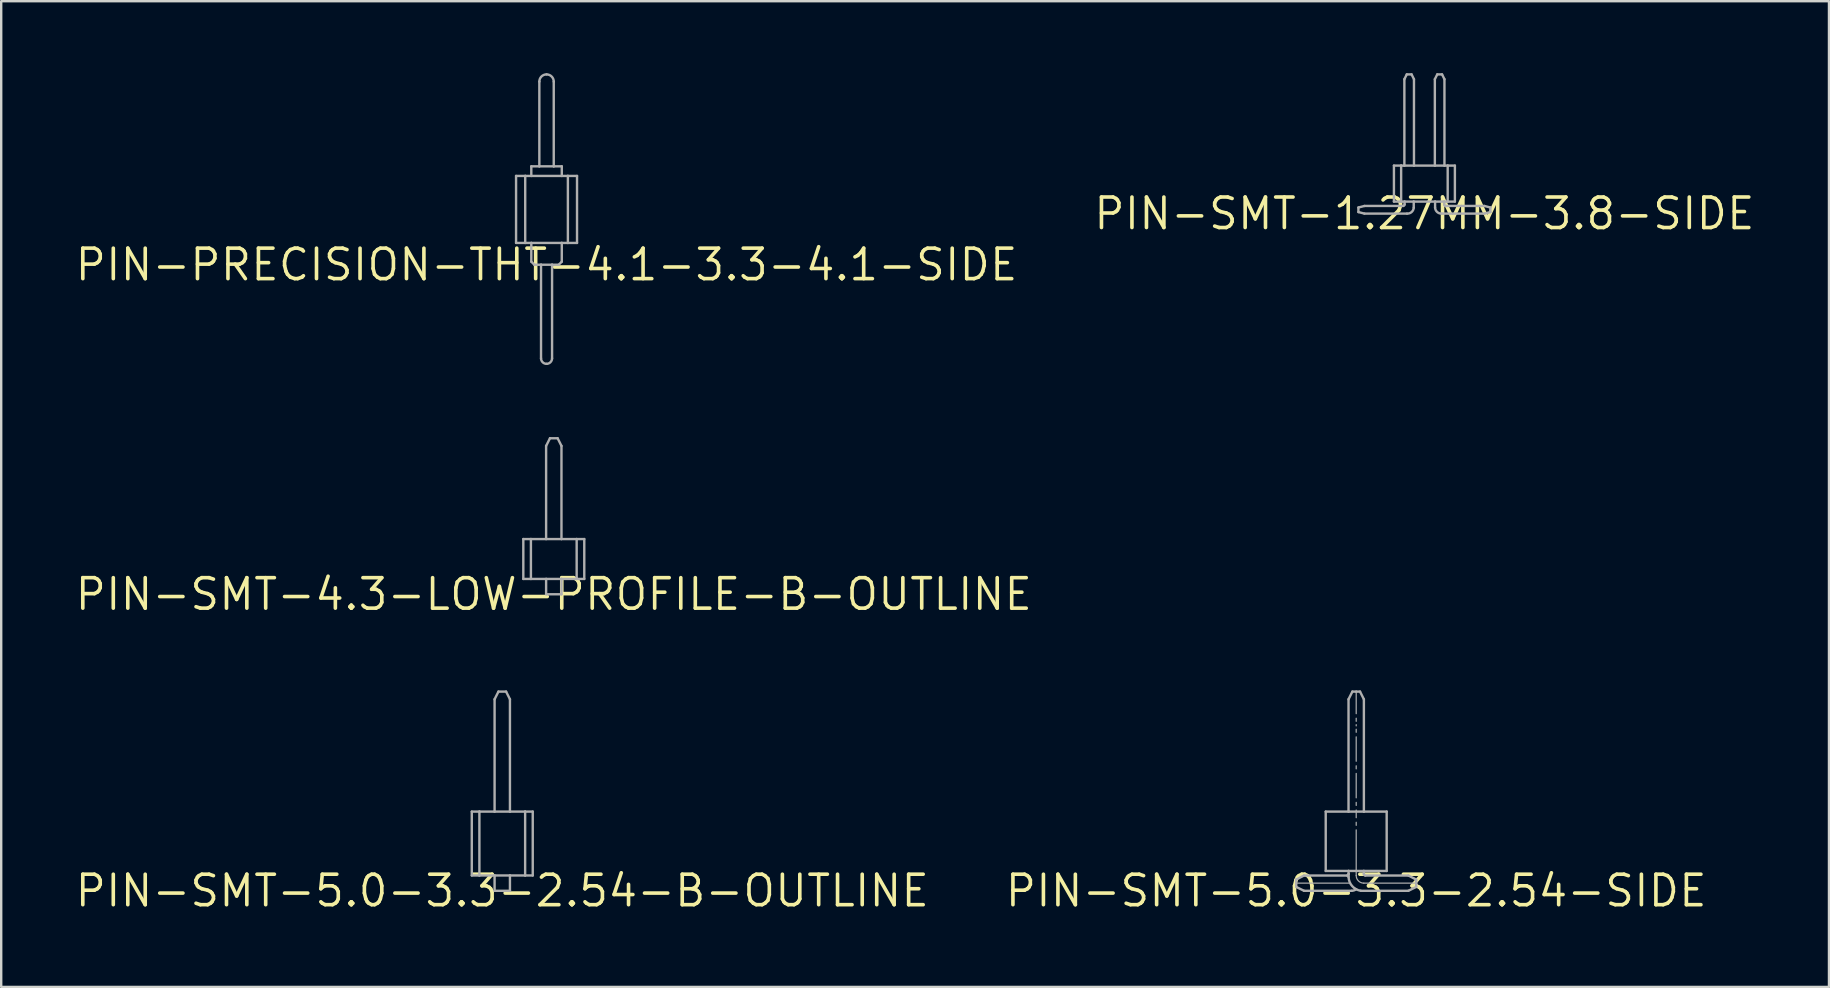
<source format=kicad_pcb>
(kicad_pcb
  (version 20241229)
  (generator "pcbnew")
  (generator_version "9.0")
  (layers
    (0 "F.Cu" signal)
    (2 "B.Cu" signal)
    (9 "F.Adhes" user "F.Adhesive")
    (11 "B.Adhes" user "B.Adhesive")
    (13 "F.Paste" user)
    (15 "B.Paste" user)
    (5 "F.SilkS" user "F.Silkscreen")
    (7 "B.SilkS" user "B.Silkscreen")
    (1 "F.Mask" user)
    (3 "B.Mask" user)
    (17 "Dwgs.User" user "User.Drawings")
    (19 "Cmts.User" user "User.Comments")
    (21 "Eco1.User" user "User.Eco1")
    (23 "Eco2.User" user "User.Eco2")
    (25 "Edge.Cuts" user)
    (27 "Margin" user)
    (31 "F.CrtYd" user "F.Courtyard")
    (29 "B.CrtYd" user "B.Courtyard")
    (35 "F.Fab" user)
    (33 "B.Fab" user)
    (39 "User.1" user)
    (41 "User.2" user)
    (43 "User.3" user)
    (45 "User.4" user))
  (footprint "PIN-SMT-5.0-3.3-2.54-SIDE"
    (layer "F.Cu")
    (at 53.459 34.066)
    (property "Reference" "PIN-SMT-5.0-3.3-2.54-SIDE" (at 0 0 0) (unlocked yes) (layer "F.SilkS") (effects (font (size 1.27 1.27) (thickness 0.15))))
    (fp_line (start -2.5 -0.468) (end -2.5 -0.16) (stroke (width 0.1) (type solid)) (layer "F.Fab"))
    (fp_line (start -2.5 -0.16) (end -2.175 0) (stroke (width 0.1) (type solid)) (layer "F.Fab"))
    (fp_line (start -2.175 -0.635) (end -2.5 -0.468) (stroke (width 0.1) (type solid)) (layer "F.Fab"))
    (fp_line (start -2.175 -0.635) (end -0.381 -0.635) (stroke (width 0.1) (type solid)) (layer "F.Fab"))
    (fp_line (start -1.27 -3.3) (end -0.32 -3.3) (stroke (width 0.1) (type solid)) (layer "F.Fab"))
    (fp_line (start -1.27 -0.826) (end -1.27 -3.3) (stroke (width 0.1) (type solid)) (layer "F.Fab"))
    (fp_line (start -1.27 -0.826) (end -0.318 -0.826) (stroke (width 0.1) (type solid)) (layer "F.Fab"))
    (fp_line (start -0.32 -7.979) (end -0.159 -8.3) (stroke (width 0.1) (type solid)) (layer "F.Fab"))
    (fp_line (start -0.32 -3.3) (end -0.32 -7.979) (stroke (width 0.1) (type solid)) (layer "F.Fab"))
    (fp_line (start -0.32 -3.3) (end 0.32 -3.3) (stroke (width 0.1) (type solid)) (layer "F.Fab"))
    (fp_line (start -0.318 -0.826) (end -0.318 -0.699) (stroke (width 0.1) (type solid)) (layer "F.Fab"))
    (fp_line (start -0.318 -0.572) (end -0.318 -0.699) (stroke (width 0.1) (type solid)) (layer "F.Fab"))
    (fp_line (start -0.267 -0.318) (end -2.5 -0.318) (stroke (width 0.05) (type solid)) (layer "F.Fab"))
    (fp_line (start -0.191 0) (end -2.175 0) (stroke (width 0.1) (type solid)) (layer "F.Fab"))
    (fp_line (start -0.159 -8.3) (end 0 -8.3) (stroke (width 0.1) (type solid)) (layer "F.Fab"))
    (fp_line (start 0 -8.3) (end 0.159 -8.3) (stroke (width 0.1) (type solid)) (layer "F.Fab"))
    (fp_line (start 0 -7.379) (end 0 -8.3) (stroke (width 0.05) (type solid)) (layer "F.Fab"))
    (fp_line (start 0 -7.189) (end 0 -7.061) (stroke (width 0.05) (type solid)) (layer "F.Fab"))
    (fp_line (start 0 -6.921) (end 0 -6.871) (stroke (width 0.05) (type solid)) (layer "F.Fab"))
    (fp_line (start 0 -6.731) (end 0 -6.604) (stroke (width 0.05) (type solid)) (layer "F.Fab"))
    (fp_line (start 0 -5.397) (end 0 -6.413) (stroke (width 0.05) (type solid)) (layer "F.Fab"))
    (fp_line (start 0 -5.207) (end 0 -5.08) (stroke (width 0.05) (type solid)) (layer "F.Fab"))
    (fp_line (start 0 -3.873) (end 0 -4.889) (stroke (width 0.05) (type solid)) (layer "F.Fab"))
    (fp_line (start 0 -3.683) (end 0 -3.556) (stroke (width 0.05) (type solid)) (layer "F.Fab"))
    (fp_line (start 0 -3.045) (end 0 -3.365) (stroke (width 0.05) (type solid)) (layer "F.Fab"))
    (fp_line (start 0 -2.854) (end 0 -2.727) (stroke (width 0.05) (type solid)) (layer "F.Fab"))
    (fp_line (start 0 -0.826) (end -0.318 -0.826) (stroke (width 0.1) (type solid)) (layer "F.Fab"))
    (fp_line (start 0 -0.826) (end 0 -2.537) (stroke (width 0.05) (type solid)) (layer "F.Fab"))
    (fp_line (start 0 -0.826) (end 0 -0.635) (stroke (width 0.05) (type solid)) (layer "F.Fab"))
    (fp_line (start 0.159 -8.3) (end 0.32 -7.979) (stroke (width 0.1) (type solid)) (layer "F.Fab"))
    (fp_line (start 0.191 0) (end 2.175 0) (stroke (width 0.1) (type solid)) (layer "F.Fab"))
    (fp_line (start 0.318 -0.826) (end 0 -0.826) (stroke (width 0.1) (type solid)) (layer "F.Fab"))
    (fp_line (start 0.318 -0.826) (end 0.318 -0.699) (stroke (width 0.1) (type solid)) (layer "F.Fab"))
    (fp_line (start 0.318 -0.318) (end 2.5 -0.318) (stroke (width 0.05) (type solid)) (layer "F.Fab"))
    (fp_line (start 0.32 -3.3) (end 0.32 -7.979) (stroke (width 0.1) (type solid)) (layer "F.Fab"))
    (fp_line (start 0.32 -3.3) (end 1.27 -3.3) (stroke (width 0.1) (type solid)) (layer "F.Fab"))
    (fp_line (start 1.27 -3.3) (end 1.27 -0.826) (stroke (width 0.1) (type solid)) (layer "F.Fab"))
    (fp_line (start 1.27 -0.826) (end 0.318 -0.826) (stroke (width 0.1) (type solid)) (layer "F.Fab"))
    (fp_line (start 2.175 -0.635) (end 0.381 -0.635) (stroke (width 0.1) (type solid)) (layer "F.Fab"))
    (fp_line (start 2.175 -0.635) (end 2.5 -0.468) (stroke (width 0.1) (type solid)) (layer "F.Fab"))
    (fp_line (start 2.5 -0.468) (end 2.5 -0.318) (stroke (width 0.1) (type solid)) (layer "F.Fab"))
    (fp_line (start 2.5 -0.318) (end 2.5 -0.16) (stroke (width 0.1) (type solid)) (layer "F.Fab"))
    (fp_line (start 2.5 -0.16) (end 2.175 0) (stroke (width 0.1) (type solid)) (layer "F.Fab"))
    (fp_arc (start -0.3175 -0.6985) (mid -0.336099 -0.653599) (end -0.381 -0.635) (stroke (width 0.1) (type solid)) (layer "F.Fab"))
    (fp_arc (start 0 -0.063499) (mid -0.090098 -0.016292) (end -0.1905 0) (stroke (width 0.1) (type solid)) (layer "F.Fab"))
    (fp_arc (start 0.1905 0) (mid -0.166956 -0.193789) (end -0.3175 -0.5715) (stroke (width 0.1) (type solid)) (layer "F.Fab"))
    (fp_arc (start 0.3175 -0.3175) (mid 0.092994 -0.410494) (end 0 -0.635) (stroke (width 0.05) (type solid)) (layer "F.Fab"))
    (fp_arc (start 0.381 -0.635) (mid 0.336099 -0.653599) (end 0.3175 -0.6985) (stroke (width 0.1) (type solid)) (layer "F.Fab")))
  (footprint "PIN-PRECISION-THT-4.1-3.3-4.1-SIDE"
    (layer "F.Cu")
    (at 19.723 7.98)
    (property "Reference" "PIN-PRECISION-THT-4.1-3.3-4.1-SIDE" (at 0 0 0) (unlocked yes) (layer "F.SilkS") (effects (font (size 1.27 1.27) (thickness 0.15))))
    (fp_line (start -1.27 -3.7) (end -0.889 -3.7) (stroke (width 0.1) (type solid)) (layer "F.Fab"))
    (fp_line (start -1.27 -0.908) (end -1.27 -3.7) (stroke (width 0.1) (type solid)) (layer "F.Fab"))
    (fp_line (start -0.889 -3.7) (end -0.635 -3.7) (stroke (width 0.1) (type solid)) (layer "F.Fab"))
    (fp_line (start -0.889 -0.908) (end -1.27 -0.908) (stroke (width 0.1) (type solid)) (layer "F.Fab"))
    (fp_line (start -0.889 -0.908) (end -0.889 -3.7) (stroke (width 0.1) (type solid)) (layer "F.Fab"))
    (fp_line (start -0.635 -4.1) (end -0.635 -3.7) (stroke (width 0.1) (type solid)) (layer "F.Fab"))
    (fp_line (start -0.635 -3.7) (end 0.635 -3.7) (stroke (width 0.1) (type solid)) (layer "F.Fab"))
    (fp_line (start -0.635 -0.908) (end -0.889 -0.908) (stroke (width 0.1) (type solid)) (layer "F.Fab"))
    (fp_line (start -0.635 -0.908) (end -0.635 -0.127) (stroke (width 0.1) (type solid)) (layer "F.Fab"))
    (fp_line (start -0.635 -0.127) (end -0.508 0) (stroke (width 0.1) (type solid)) (layer "F.Fab"))
    (fp_line (start -0.508 0) (end -0.23 0) (stroke (width 0.1) (type solid)) (layer "F.Fab"))
    (fp_line (start -0.3 -7.63) (end -0.3 -4.1) (stroke (width 0.1) (type solid)) (layer "F.Fab"))
    (fp_line (start -0.3 -4.1) (end -0.635 -4.1) (stroke (width 0.1) (type solid)) (layer "F.Fab"))
    (fp_line (start -0.23 0) (end 0.23 0) (stroke (width 0.1) (type solid)) (layer "F.Fab"))
    (fp_line (start -0.23 3.9) (end -0.23 0) (stroke (width 0.1) (type solid)) (layer "F.Fab"))
    (fp_line (start 0.23 0) (end 0.508 0) (stroke (width 0.1) (type solid)) (layer "F.Fab"))
    (fp_line (start 0.23 3.9) (end 0.23 0) (stroke (width 0.1) (type solid)) (layer "F.Fab"))
    (fp_line (start 0.3 -7.63) (end 0.3 -4.1) (stroke (width 0.1) (type solid)) (layer "F.Fab"))
    (fp_line (start 0.3 -4.1) (end -0.3 -4.1) (stroke (width 0.1) (type solid)) (layer "F.Fab"))
    (fp_line (start 0.508 0) (end 0.635 -0.127) (stroke (width 0.1) (type solid)) (layer "F.Fab"))
    (fp_line (start 0.635 -4.1) (end 0.3 -4.1) (stroke (width 0.1) (type solid)) (layer "F.Fab"))
    (fp_line (start 0.635 -3.7) (end 0.635 -4.1) (stroke (width 0.1) (type solid)) (layer "F.Fab"))
    (fp_line (start 0.635 -3.7) (end 0.889 -3.7) (stroke (width 0.1) (type solid)) (layer "F.Fab"))
    (fp_line (start 0.635 -0.908) (end -0.635 -0.908) (stroke (width 0.1) (type solid)) (layer "F.Fab"))
    (fp_line (start 0.635 -0.127) (end 0.635 -0.908) (stroke (width 0.1) (type solid)) (layer "F.Fab"))
    (fp_line (start 0.889 -0.908) (end 0.635 -0.908) (stroke (width 0.1) (type solid)) (layer "F.Fab"))
    (fp_line (start 0.889 -0.908) (end 0.889 -3.7) (stroke (width 0.1) (type solid)) (layer "F.Fab"))
    (fp_line (start 1.27 -3.7) (end 0.889 -3.7) (stroke (width 0.1) (type solid)) (layer "F.Fab"))
    (fp_line (start 1.27 -3.7) (end 1.27 -0.908) (stroke (width 0.1) (type solid)) (layer "F.Fab"))
    (fp_line (start 1.27 -0.908) (end 0.889 -0.908) (stroke (width 0.1) (type solid)) (layer "F.Fab"))
    (fp_arc (start -0.3 -7.63) (mid -0.212132 -7.842132) (end 0 -7.93) (stroke (width 0.1) (type solid)) (layer "F.Fab"))
    (fp_arc (start 0 -7.93) (mid 0.212132 -7.842132) (end 0.3 -7.63) (stroke (width 0.1) (type solid)) (layer "F.Fab"))
    (fp_arc (start 0 4.13) (mid -0.162635 4.062635) (end -0.23 3.9) (stroke (width 0.1) (type solid)) (layer "F.Fab"))
    (fp_arc (start 0.23 3.9) (mid 0.162635 4.062635) (end 0 4.13) (stroke (width 0.1) (type solid)) (layer "F.Fab")))
  (footprint "PIN-SMT-4.3-LOW-PROFILE-B-OUTLINE"
    (layer "F.Cu")
    (at 20.025 21.71)
    (property "Reference" "PIN-SMT-4.3-LOW-PROFILE-B-OUTLINE" (at 0 0 0) (unlocked yes) (layer "F.SilkS") (effects (font (size 1.27 1.27) (thickness 0.15))))
    (fp_line (start -1.27 -2.3) (end -0.953 -2.3) (stroke (width 0.1) (type solid)) (layer "F.Fab"))
    (fp_line (start -1.27 -0.637) (end -1.27 -2.3) (stroke (width 0.1) (type solid)) (layer "F.Fab"))
    (fp_line (start -1.27 -0.637) (end -0.953 -0.637) (stroke (width 0.1) (type solid)) (layer "F.Fab"))
    (fp_line (start -0.953 -2.3) (end -0.32 -2.3) (stroke (width 0.1) (type solid)) (layer "F.Fab"))
    (fp_line (start -0.953 -0.637) (end -0.953 -2.3) (stroke (width 0.1) (type solid)) (layer "F.Fab"))
    (fp_line (start -0.32 -6.18) (end -0.159 -6.5) (stroke (width 0.1) (type solid)) (layer "F.Fab"))
    (fp_line (start -0.32 -2.3) (end -0.32 -6.18) (stroke (width 0.1) (type solid)) (layer "F.Fab"))
    (fp_line (start -0.32 -2.3) (end 0.32 -2.3) (stroke (width 0.1) (type solid)) (layer "F.Fab"))
    (fp_line (start -0.32 -0.637) (end -0.953 -0.637) (stroke (width 0.1) (type solid)) (layer "F.Fab"))
    (fp_line (start -0.32 -0.637) (end -0.32 0) (stroke (width 0.1) (type solid)) (layer "F.Fab"))
    (fp_line (start -0.32 0) (end 0.32 0) (stroke (width 0.1) (type solid)) (layer "F.Fab"))
    (fp_line (start -0.159 -6.5) (end 0.159 -6.5) (stroke (width 0.1) (type solid)) (layer "F.Fab"))
    (fp_line (start 0.159 -6.5) (end 0.32 -6.18) (stroke (width 0.1) (type solid)) (layer "F.Fab"))
    (fp_line (start 0.32 -2.3) (end 0.32 -6.18) (stroke (width 0.1) (type solid)) (layer "F.Fab"))
    (fp_line (start 0.32 -2.3) (end 0.953 -2.3) (stroke (width 0.1) (type solid)) (layer "F.Fab"))
    (fp_line (start 0.32 -0.637) (end -0.32 -0.637) (stroke (width 0.1) (type solid)) (layer "F.Fab"))
    (fp_line (start 0.32 0) (end 0.32 -0.637) (stroke (width 0.1) (type solid)) (layer "F.Fab"))
    (fp_line (start 0.953 -2.3) (end 1.27 -2.3) (stroke (width 0.1) (type solid)) (layer "F.Fab"))
    (fp_line (start 0.953 -0.637) (end 0.32 -0.637) (stroke (width 0.1) (type solid)) (layer "F.Fab"))
    (fp_line (start 0.953 -0.637) (end 0.953 -2.3) (stroke (width 0.1) (type solid)) (layer "F.Fab"))
    (fp_line (start 1.27 -2.3) (end 1.27 -0.637) (stroke (width 0.1) (type solid)) (layer "F.Fab"))
    (fp_line (start 1.27 -0.637) (end 0.953 -0.637) (stroke (width 0.1) (type solid)) (layer "F.Fab")))
  (footprint "PIN-SMT-5.0-3.3-2.54-B-OUTLINE"
    (layer "F.Cu")
    (at 17.878 34.066)
    (property "Reference" "PIN-SMT-5.0-3.3-2.54-B-OUTLINE" (at 0 0 0) (unlocked yes) (layer "F.SilkS") (effects (font (size 1.27 1.27) (thickness 0.15))))
    (fp_line (start -1.27 -3.3) (end -0.953 -3.3) (stroke (width 0.1) (type solid)) (layer "F.Fab"))
    (fp_line (start -1.27 -0.637) (end -1.27 -3.3) (stroke (width 0.1) (type solid)) (layer "F.Fab"))
    (fp_line (start -1.27 -0.637) (end -0.953 -0.637) (stroke (width 0.1) (type solid)) (layer "F.Fab"))
    (fp_line (start -0.953 -3.3) (end -0.32 -3.3) (stroke (width 0.1) (type solid)) (layer "F.Fab"))
    (fp_line (start -0.953 -0.637) (end -0.953 -3.3) (stroke (width 0.1) (type solid)) (layer "F.Fab"))
    (fp_line (start -0.32 -7.98) (end -0.159 -8.3) (stroke (width 0.1) (type solid)) (layer "F.Fab"))
    (fp_line (start -0.32 -3.3) (end -0.32 -7.98) (stroke (width 0.1) (type solid)) (layer "F.Fab"))
    (fp_line (start -0.32 -3.3) (end 0.32 -3.3) (stroke (width 0.1) (type solid)) (layer "F.Fab"))
    (fp_line (start -0.32 -0.637) (end -0.953 -0.637) (stroke (width 0.1) (type solid)) (layer "F.Fab"))
    (fp_line (start -0.32 -0.637) (end -0.32 0) (stroke (width 0.1) (type solid)) (layer "F.Fab"))
    (fp_line (start -0.32 0) (end 0.32 0) (stroke (width 0.1) (type solid)) (layer "F.Fab"))
    (fp_line (start -0.159 -8.3) (end 0.159 -8.3) (stroke (width 0.1) (type solid)) (layer "F.Fab"))
    (fp_line (start 0.159 -8.3) (end 0.32 -7.98) (stroke (width 0.1) (type solid)) (layer "F.Fab"))
    (fp_line (start 0.32 -3.3) (end 0.32 -7.98) (stroke (width 0.1) (type solid)) (layer "F.Fab"))
    (fp_line (start 0.32 -3.3) (end 0.953 -3.3) (stroke (width 0.1) (type solid)) (layer "F.Fab"))
    (fp_line (start 0.32 -0.637) (end -0.32 -0.637) (stroke (width 0.1) (type solid)) (layer "F.Fab"))
    (fp_line (start 0.32 0) (end 0.32 -0.637) (stroke (width 0.1) (type solid)) (layer "F.Fab"))
    (fp_line (start 0.953 -3.3) (end 1.27 -3.3) (stroke (width 0.1) (type solid)) (layer "F.Fab"))
    (fp_line (start 0.953 -0.637) (end 0.32 -0.637) (stroke (width 0.1) (type solid)) (layer "F.Fab"))
    (fp_line (start 0.953 -0.637) (end 0.953 -3.3) (stroke (width 0.1) (type solid)) (layer "F.Fab"))
    (fp_line (start 1.27 -3.3) (end 1.27 -0.637) (stroke (width 0.1) (type solid)) (layer "F.Fab"))
    (fp_line (start 1.27 -0.637) (end 0.953 -0.637) (stroke (width 0.1) (type solid)) (layer "F.Fab")))
  (footprint "PIN-SMT-1.27MM-3.8-SIDE"
    (layer "F.Cu")
    (at 56.301 5.85)
    (property "Reference" "PIN-SMT-1.27MM-3.8-SIDE" (at 0 0 0) (unlocked yes) (layer "F.SilkS") (effects (font (size 1.27 1.27) (thickness 0.15))))
    (fp_line (start -2.75 -0.254) (end -2.5 -0.318) (stroke (width 0.1) (type solid)) (layer "F.Fab"))
    (fp_line (start -2.75 -0.064) (end -2.75 -0.254) (stroke (width 0.1) (type solid)) (layer "F.Fab"))
    (fp_line (start -2.5 0) (end -2.75 -0.064) (stroke (width 0.1) (type solid)) (layer "F.Fab"))
    (fp_line (start -1.27 -2) (end -0.97 -2) (stroke (width 0.1) (type solid)) (layer "F.Fab"))
    (fp_line (start -1.27 -0.5) (end -1.27 -2) (stroke (width 0.1) (type solid)) (layer "F.Fab"))
    (fp_line (start -0.97 -2) (end -0.835 -2) (stroke (width 0.1) (type solid)) (layer "F.Fab"))
    (fp_line (start -0.97 -0.5) (end -1.27 -0.5) (stroke (width 0.1) (type solid)) (layer "F.Fab"))
    (fp_line (start -0.97 -0.5) (end -0.97 -2) (stroke (width 0.1) (type solid)) (layer "F.Fab"))
    (fp_line (start -0.889 -0.318) (end -2.5 -0.318) (stroke (width 0.1) (type solid)) (layer "F.Fab"))
    (fp_line (start -0.835 -5.6) (end -0.735 -5.8) (stroke (width 0.1) (type solid)) (layer "F.Fab"))
    (fp_line (start -0.835 -2) (end -0.835 -5.6) (stroke (width 0.1) (type solid)) (layer "F.Fab"))
    (fp_line (start -0.835 -2) (end -0.435 -2) (stroke (width 0.1) (type solid)) (layer "F.Fab"))
    (fp_line (start -0.826 -0.5) (end -0.97 -0.5) (stroke (width 0.1) (type solid)) (layer "F.Fab"))
    (fp_line (start -0.826 -0.5) (end -0.826 -0.381) (stroke (width 0.1) (type solid)) (layer "F.Fab"))
    (fp_line (start -0.735 -5.8) (end -0.535 -5.8) (stroke (width 0.1) (type solid)) (layer "F.Fab"))
    (fp_line (start -0.726 0) (end -2.5 0) (stroke (width 0.1) (type solid)) (layer "F.Fab"))
    (fp_line (start -0.535 -5.8) (end -0.435 -5.6) (stroke (width 0.1) (type solid)) (layer "F.Fab"))
    (fp_line (start -0.445 -0.5) (end -0.826 -0.5) (stroke (width 0.1) (type solid)) (layer "F.Fab"))
    (fp_line (start -0.445 -0.5) (end -0.445 -0.244) (stroke (width 0.1) (type solid)) (layer "F.Fab"))
    (fp_line (start -0.445 -0.5) (end 0.445 -0.5) (stroke (width 0.1) (type solid)) (layer "F.Fab"))
    (fp_line (start -0.435 -2) (end -0.435 -5.6) (stroke (width 0.1) (type solid)) (layer "F.Fab"))
    (fp_line (start 0.435 -5.6) (end 0.535 -5.8) (stroke (width 0.1) (type solid)) (layer "F.Fab"))
    (fp_line (start 0.435 -2) (end -0.435 -2) (stroke (width 0.1) (type solid)) (layer "F.Fab"))
    (fp_line (start 0.435 -2) (end 0.435 -5.6) (stroke (width 0.1) (type solid)) (layer "F.Fab"))
    (fp_line (start 0.445 -0.5) (end 0.445 -0.244) (stroke (width 0.1) (type solid)) (layer "F.Fab"))
    (fp_line (start 0.445 -0.5) (end 0.826 -0.5) (stroke (width 0.1) (type solid)) (layer "F.Fab"))
    (fp_line (start 0.535 -5.8) (end 0.735 -5.8) (stroke (width 0.1) (type solid)) (layer "F.Fab"))
    (fp_line (start 0.726 0) (end 2.5 0) (stroke (width 0.1) (type solid)) (layer "F.Fab"))
    (fp_line (start 0.735 -5.8) (end 0.835 -5.6) (stroke (width 0.1) (type solid)) (layer "F.Fab"))
    (fp_line (start 0.826 -0.5) (end 0.826 -0.381) (stroke (width 0.1) (type solid)) (layer "F.Fab"))
    (fp_line (start 0.826 -0.5) (end 0.97 -0.5) (stroke (width 0.1) (type solid)) (layer "F.Fab"))
    (fp_line (start 0.835 -2) (end 0.435 -2) (stroke (width 0.1) (type solid)) (layer "F.Fab"))
    (fp_line (start 0.835 -2) (end 0.835 -5.6) (stroke (width 0.1) (type solid)) (layer "F.Fab"))
    (fp_line (start 0.889 -0.318) (end 2.5 -0.318) (stroke (width 0.1) (type solid)) (layer "F.Fab"))
    (fp_line (start 0.97 -2) (end 0.835 -2) (stroke (width 0.1) (type solid)) (layer "F.Fab"))
    (fp_line (start 0.97 -0.5) (end 0.97 -2) (stroke (width 0.1) (type solid)) (layer "F.Fab"))
    (fp_line (start 0.97 -0.5) (end 1.27 -0.5) (stroke (width 0.1) (type solid)) (layer "F.Fab"))
    (fp_line (start 1.27 -2) (end 0.97 -2) (stroke (width 0.1) (type solid)) (layer "F.Fab"))
    (fp_line (start 1.27 -0.5) (end 1.27 -2) (stroke (width 0.1) (type solid)) (layer "F.Fab"))
    (fp_line (start 2.5 0) (end 2.75 -0.064) (stroke (width 0.1) (type solid)) (layer "F.Fab"))
    (fp_line (start 2.75 -0.254) (end 2.5 -0.318) (stroke (width 0.1) (type solid)) (layer "F.Fab"))
    (fp_line (start 2.75 -0.064) (end 2.75 -0.254) (stroke (width 0.1) (type solid)) (layer "F.Fab"))
    (fp_arc (start -0.8255 -0.381) (mid -0.844099 -0.336099) (end -0.889 -0.3175) (stroke (width 0.1) (type solid)) (layer "F.Fab"))
    (fp_arc (start -0.4445 -0.2445) (mid -0.534362 -0.064053) (end -0.7255 0) (stroke (width 0.1) (type solid)) (layer "F.Fab"))
    (fp_arc (start 0.7255 0) (mid 0.534362 -0.064053) (end 0.4445 -0.2445) (stroke (width 0.1) (type solid)) (layer "F.Fab"))
    (fp_arc (start 0.889 -0.3175) (mid 0.844099 -0.336099) (end 0.8255 -0.381) (stroke (width 0.1) (type solid)) (layer "F.Fab")))
  (gr_rect
    (start -3 -3)
    (end 73.158 38.072)
    (stroke (width 0.1) (type default))
    (fill no)
    (layer "Edge.Cuts")))
</source>
